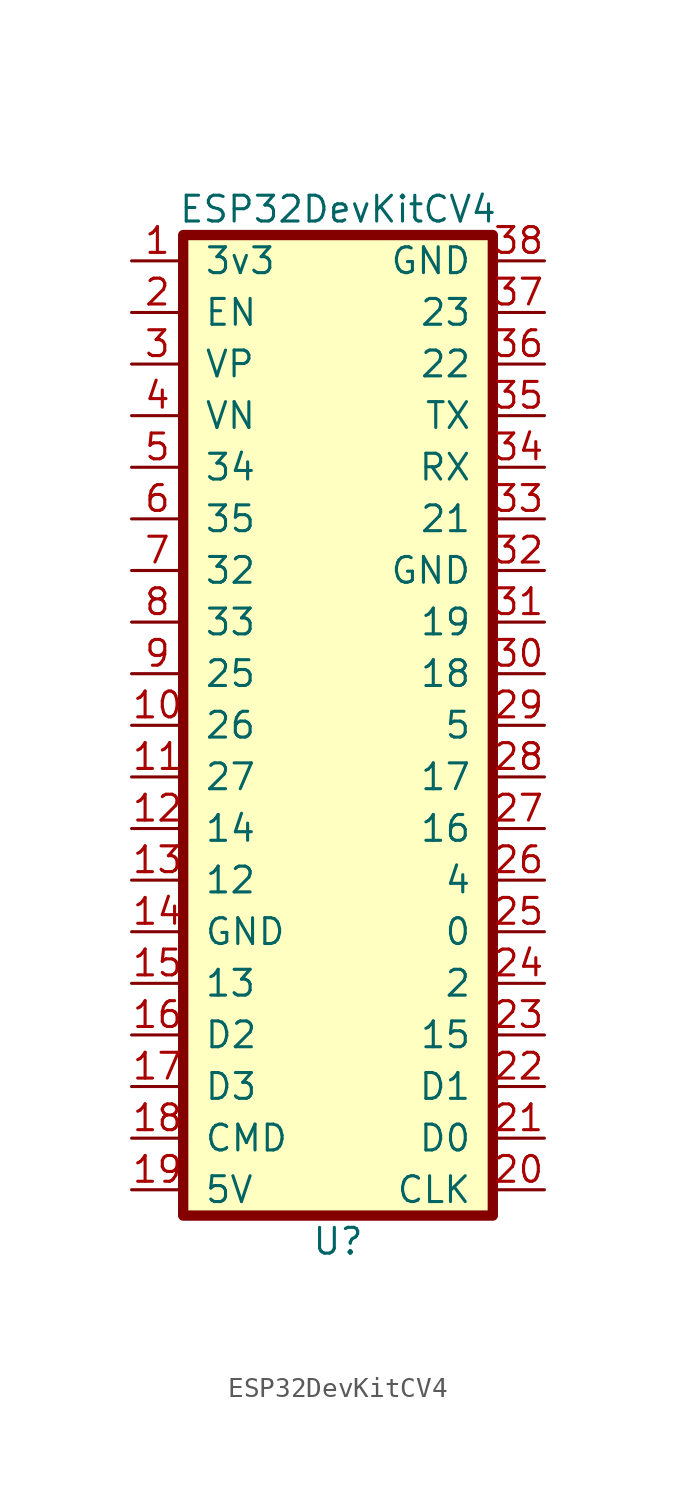
<source format=kicad_sym>
(kicad_symbol_lib
  (version 20220914)
  (generator kicad_symbol_editor)
  (symbol "ESP32DevKitCV4"
    (pin_names
      (offset 1.016))
    (property "Reference" "U"
      (at 0 -26.67 0)
      (effects (font (size 1.27 1.27))))
    (property "Value" "ESP32DevKitCV4"
      (at 0 24.13 0)
      (effects (font (size 1.27 1.27))))
    (symbol "ESP32DevKitCV4_0_1"
      (rectangle (start -7.62 22.86) (end 7.62 -25.4) (stroke (width 0.508) (type solid)) (fill (type background))))
    (symbol "ESP32DevKitCV4_1_1"
      (pin bidirectional line (at -10.16 21.59 0) (length 2.54) (name "3v3" (effects (font (size 1.27 1.27)))) (number "1" (effects (font (size 1.27 1.27)))))
      (pin bidirectional line (at -10.16 -1.27 0) (length 2.54) (name "26" (effects (font (size 1.27 1.27)))) (number "10" (effects (font (size 1.27 1.27)))))
      (pin bidirectional line (at -10.16 -3.81 0) (length 2.54) (name "27" (effects (font (size 1.27 1.27)))) (number "11" (effects (font (size 1.27 1.27)))))
      (pin bidirectional line (at -10.16 -6.35 0) (length 2.54) (name "14" (effects (font (size 1.27 1.27)))) (number "12" (effects (font (size 1.27 1.27)))))
      (pin bidirectional line (at -10.16 -8.89 0) (length 2.54) (name "12" (effects (font (size 1.27 1.27)))) (number "13" (effects (font (size 1.27 1.27)))))
      (pin power_in line (at -10.16 -11.43 0) (length 2.54) (name "GND" (effects (font (size 1.27 1.27)))) (number "14" (effects (font (size 1.27 1.27)))))
      (pin bidirectional line (at -10.16 -13.97 0) (length 2.54) (name "13" (effects (font (size 1.27 1.27)))) (number "15" (effects (font (size 1.27 1.27)))))
      (pin bidirectional line (at -10.16 -16.51 0) (length 2.54) (name "D2" (effects (font (size 1.27 1.27)))) (number "16" (effects (font (size 1.27 1.27)))))
      (pin bidirectional line (at -10.16 -19.05 0) (length 2.54) (name "D3" (effects (font (size 1.27 1.27)))) (number "17" (effects (font (size 1.27 1.27)))))
      (pin bidirectional line (at -10.16 -21.59 0) (length 2.54) (name "CMD" (effects (font (size 1.27 1.27)))) (number "18" (effects (font (size 1.27 1.27)))))
      (pin power_in line (at -10.16 -24.13 0) (length 2.54) (name "5V" (effects (font (size 1.27 1.27)))) (number "19" (effects (font (size 1.27 1.27)))))
      (pin bidirectional line (at -10.16 19.05 0) (length 2.54) (name "EN" (effects (font (size 1.27 1.27)))) (number "2" (effects (font (size 1.27 1.27)))))
      (pin bidirectional line (at 10.16 -24.13 180) (length 2.54) (name "CLK" (effects (font (size 1.27 1.27)))) (number "20" (effects (font (size 1.27 1.27)))))
      (pin bidirectional line (at 10.16 -21.59 180) (length 2.54) (name "D0" (effects (font (size 1.27 1.27)))) (number "21" (effects (font (size 1.27 1.27)))))
      (pin bidirectional line (at 10.16 -19.05 180) (length 2.54) (name "D1" (effects (font (size 1.27 1.27)))) (number "22" (effects (font (size 1.27 1.27)))))
      (pin bidirectional line (at 10.16 -16.51 180) (length 2.54) (name "15" (effects (font (size 1.27 1.27)))) (number "23" (effects (font (size 1.27 1.27)))))
      (pin bidirectional line (at 10.16 -13.97 180) (length 2.54) (name "2" (effects (font (size 1.27 1.27)))) (number "24" (effects (font (size 1.27 1.27)))))
      (pin bidirectional line (at 10.16 -11.43 180) (length 2.54) (name "0" (effects (font (size 1.27 1.27)))) (number "25" (effects (font (size 1.27 1.27)))))
      (pin bidirectional line (at 10.16 -8.89 180) (length 2.54) (name "4" (effects (font (size 1.27 1.27)))) (number "26" (effects (font (size 1.27 1.27)))))
      (pin bidirectional line (at 10.16 -6.35 180) (length 2.54) (name "16" (effects (font (size 1.27 1.27)))) (number "27" (effects (font (size 1.27 1.27)))))
      (pin bidirectional line (at 10.16 -3.81 180) (length 2.54) (name "17" (effects (font (size 1.27 1.27)))) (number "28" (effects (font (size 1.27 1.27)))))
      (pin bidirectional line (at 10.16 -1.27 180) (length 2.54) (name "5" (effects (font (size 1.27 1.27)))) (number "29" (effects (font (size 1.27 1.27)))))
      (pin bidirectional line (at -10.16 16.51 0) (length 2.54) (name "VP" (effects (font (size 1.27 1.27)))) (number "3" (effects (font (size 1.27 1.27)))))
      (pin bidirectional line (at 10.16 1.27 180) (length 2.54) (name "18" (effects (font (size 1.27 1.27)))) (number "30" (effects (font (size 1.27 1.27)))))
      (pin bidirectional line (at 10.16 3.81 180) (length 2.54) (name "19" (effects (font (size 1.27 1.27)))) (number "31" (effects (font (size 1.27 1.27)))))
      (pin power_in line (at 10.16 6.35 180) (length 2.54) (name "GND" (effects (font (size 1.27 1.27)))) (number "32" (effects (font (size 1.27 1.27)))))
      (pin bidirectional line (at 10.16 8.89 180) (length 2.54) (name "21" (effects (font (size 1.27 1.27)))) (number "33" (effects (font (size 1.27 1.27)))))
      (pin bidirectional line (at 10.16 11.43 180) (length 2.54) (name "RX" (effects (font (size 1.27 1.27)))) (number "34" (effects (font (size 1.27 1.27)))))
      (pin bidirectional line (at 10.16 13.97 180) (length 2.54) (name "TX" (effects (font (size 1.27 1.27)))) (number "35" (effects (font (size 1.27 1.27)))))
      (pin bidirectional line (at 10.16 16.51 180) (length 2.54) (name "22" (effects (font (size 1.27 1.27)))) (number "36" (effects (font (size 1.27 1.27)))))
      (pin bidirectional line (at 10.16 19.05 180) (length 2.54) (name "23" (effects (font (size 1.27 1.27)))) (number "37" (effects (font (size 1.27 1.27)))))
      (pin power_in line (at 10.16 21.59 180) (length 2.54) (name "GND" (effects (font (size 1.27 1.27)))) (number "38" (effects (font (size 1.27 1.27)))))
      (pin bidirectional line (at -10.16 13.97 0) (length 2.54) (name "VN" (effects (font (size 1.27 1.27)))) (number "4" (effects (font (size 1.27 1.27)))))
      (pin bidirectional line (at -10.16 11.43 0) (length 2.54) (name "34" (effects (font (size 1.27 1.27)))) (number "5" (effects (font (size 1.27 1.27)))))
      (pin bidirectional line (at -10.16 8.89 0) (length 2.54) (name "35" (effects (font (size 1.27 1.27)))) (number "6" (effects (font (size 1.27 1.27)))))
      (pin bidirectional line (at -10.16 6.35 0) (length 2.54) (name "32" (effects (font (size 1.27 1.27)))) (number "7" (effects (font (size 1.27 1.27)))))
      (pin bidirectional line (at -10.16 3.81 0) (length 2.54) (name "33" (effects (font (size 1.27 1.27)))) (number "8" (effects (font (size 1.27 1.27)))))
      (pin bidirectional line (at -10.16 1.27 0) (length 2.54) (name "25" (effects (font (size 1.27 1.27)))) (number "9" (effects (font (size 1.27 1.27))))))))
</source>
